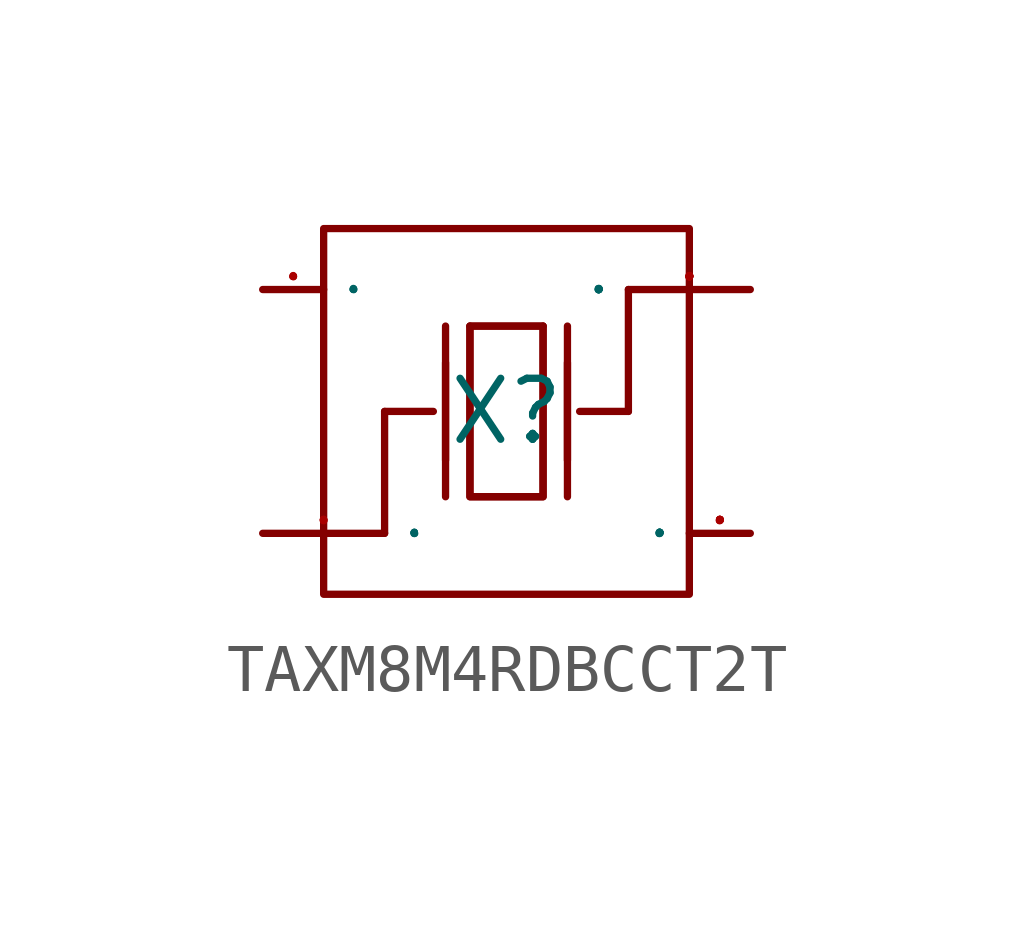
<source format=kicad_sym>
(kicad_symbol_lib
  (version 20241209)
  (generator "kicad_symbol_editor")
  (generator_version "9.0")
  (symbol "TAXM8M4RDBCCT2T"
    (property "Reference" "X"
      (at 0 0 0)
      (effects (font (size 1.27 1.27))))
    (symbol "TAXM8M4RDBCCT2T_1_0"
      (rectangle (start -3.81 -3.81) (end 3.81 3.81) (stroke (width 0) (type default)) (fill (type none)))
      (polyline (pts (xy -2.54 0) (xy -1.524 0)) (stroke (width 0) (type default)) (fill (type none)))
      (polyline (pts (xy -2.54 -2.54) (xy -2.54 0)) (stroke (width 0) (type default)) (fill (type none)))
      (polyline (pts (xy -1.27 1.778) (xy -1.27 -1.778)) (stroke (width 0) (type default)) (fill (type none)))
      (polyline (pts (xy -1.27 1.016) (xy -1.27 -1.016)) (stroke (width 0) (type default)) (fill (type none)))
      (polyline (pts (xy -0.762 1.778) (xy 0.762 1.778)) (stroke (width 0) (type default)) (fill (type none)))
      (polyline (pts (xy -0.762 -1.778) (xy -0.762 1.778) (xy -0.762 1.778) (xy 0.762 1.778) (xy 0.762 1.778) (xy 0.762 -1.778) (xy 0.762 -1.778) (xy -0.762 -1.778)) (stroke (width 0) (type default)) (fill (type none)))
      (polyline (pts (xy 0.762 1.778) (xy 0.762 -1.778) (xy 0.762 -1.778) (xy -0.762 -1.778) (xy -0.762 -1.778) (xy -0.762 1.778)) (stroke (width 0) (type default)) (fill (type none)))
      (polyline (pts (xy 1.27 1.778) (xy 1.27 -1.778)) (stroke (width 0) (type default)) (fill (type none)))
      (polyline (pts (xy 1.27 1.016) (xy 1.27 -1.016)) (stroke (width 0) (type default)) (fill (type none)))
      (polyline (pts (xy 2.54 0) (xy 1.524 0)) (stroke (width 0) (type default)) (fill (type none)))
      (polyline (pts (xy 2.54 0) (xy 2.54 2.54)) (stroke (width 0) (type default)) (fill (type none)))
      (pin input line (at -5.08 2.54 0) (length 1.27) (name "4" (effects (font (size 0.025 0.025)))) (number "4" (effects (font (size 0.025 0.025)))))
      (pin input line (at -5.08 -2.54 0) (length 2.54) (name "1" (effects (font (size 0.025 0.025)))) (number "1" (effects (font (size 0.025 0.025)))))
      (pin input line (at 5.08 2.54 180) (length 2.54) (name "3" (effects (font (size 0.025 0.025)))) (number "3" (effects (font (size 0.025 0.025)))))
      (pin input line (at 5.08 -2.54 180) (length 1.27) (name "2" (effects (font (size 0.025 0.025)))) (number "2" (effects (font (size 0.025 0.025))))))))
</source>
